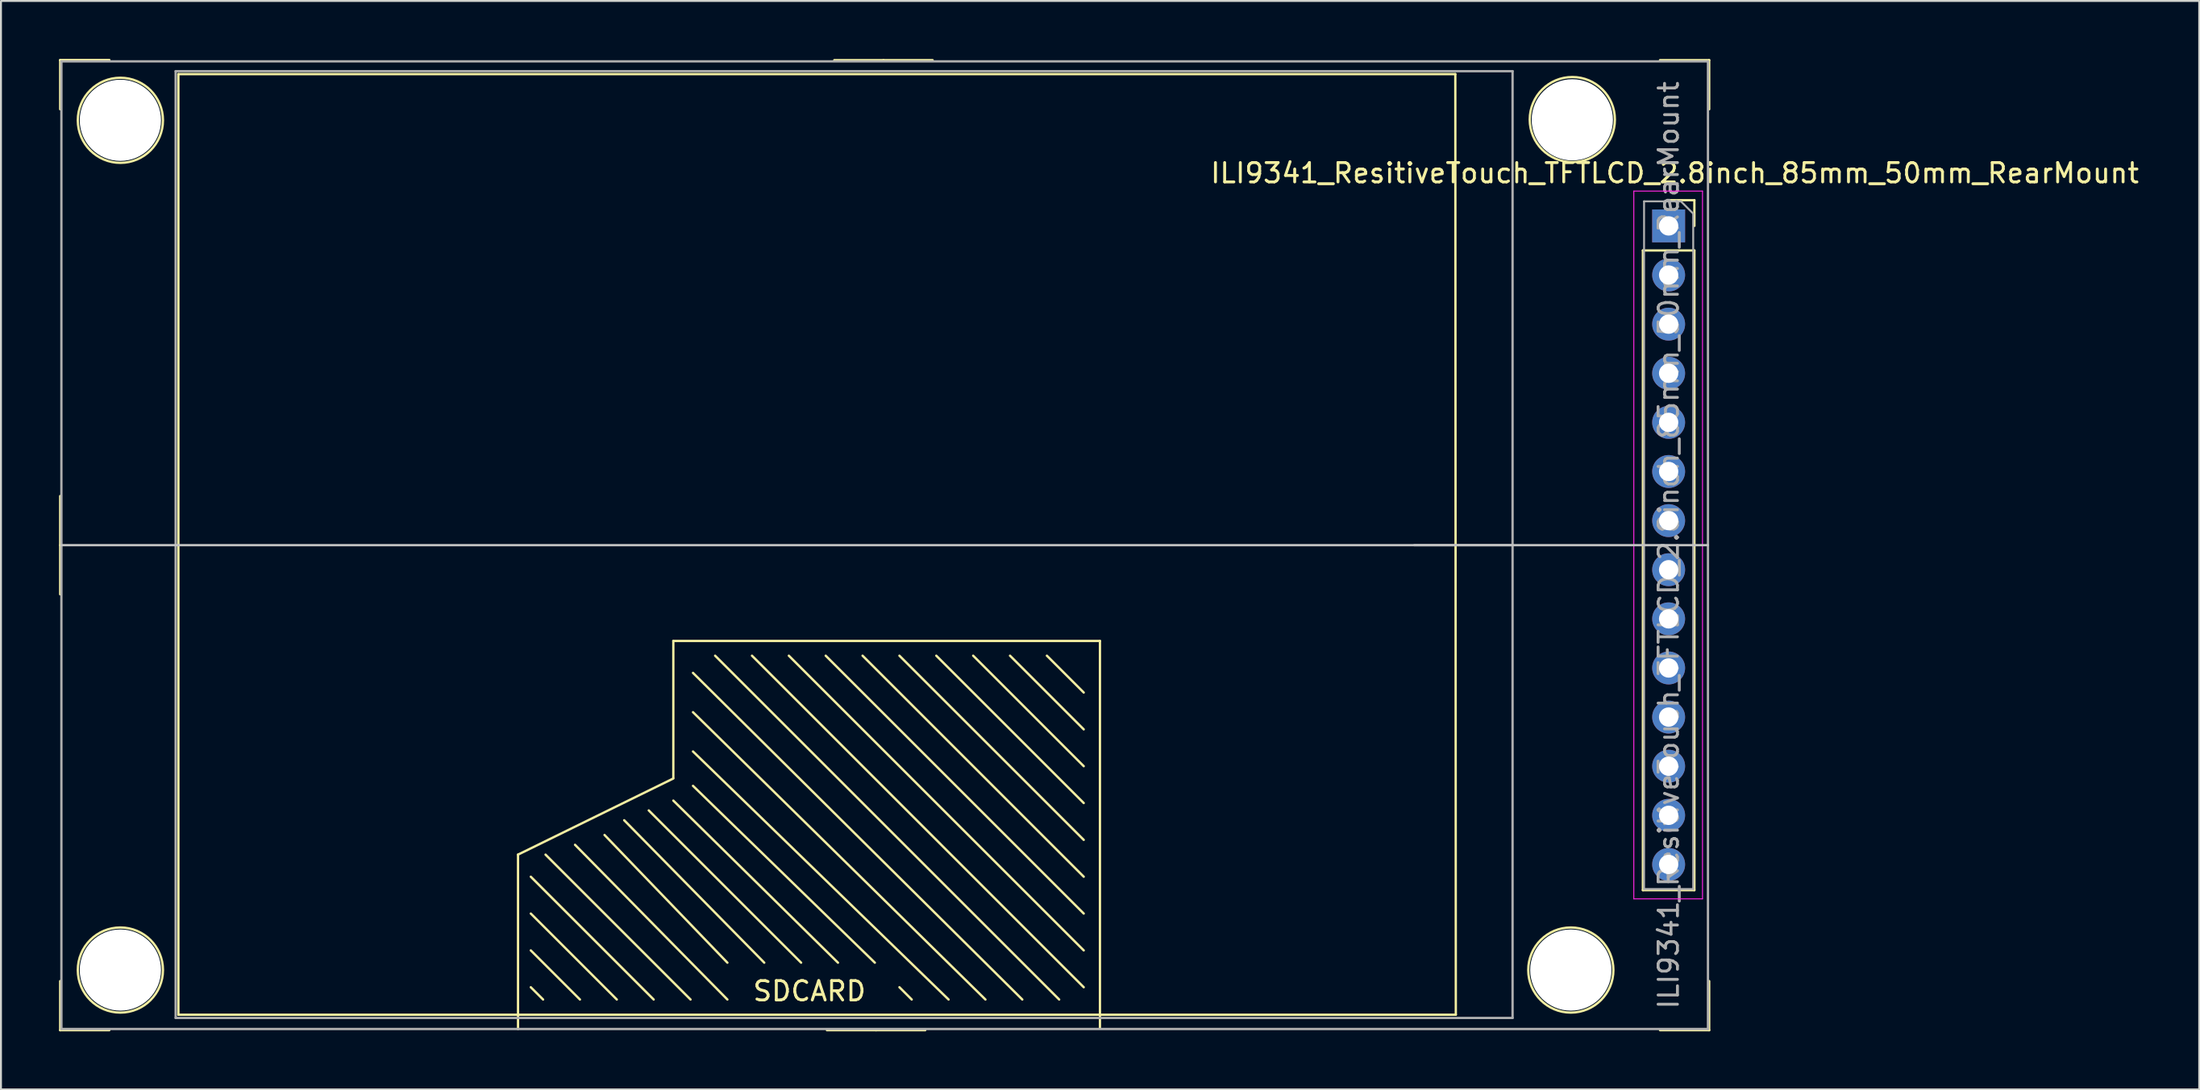
<source format=kicad_pcb>
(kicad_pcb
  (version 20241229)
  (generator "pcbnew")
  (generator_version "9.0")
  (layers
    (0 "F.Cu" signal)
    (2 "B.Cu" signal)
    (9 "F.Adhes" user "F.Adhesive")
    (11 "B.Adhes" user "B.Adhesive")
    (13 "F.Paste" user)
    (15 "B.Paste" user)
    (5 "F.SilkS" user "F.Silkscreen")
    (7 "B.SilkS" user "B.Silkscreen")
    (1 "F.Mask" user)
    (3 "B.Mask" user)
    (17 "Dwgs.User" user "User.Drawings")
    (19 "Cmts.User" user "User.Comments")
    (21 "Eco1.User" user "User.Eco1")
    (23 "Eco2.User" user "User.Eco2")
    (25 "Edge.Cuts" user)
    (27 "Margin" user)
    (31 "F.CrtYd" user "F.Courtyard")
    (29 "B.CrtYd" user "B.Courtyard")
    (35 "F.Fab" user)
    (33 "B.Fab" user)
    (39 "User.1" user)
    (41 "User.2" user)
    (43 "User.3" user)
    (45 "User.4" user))
  (footprint "ILI9341_ResitiveTouch_TFTLCD_2.8inch_85mm_50mm_RearMount"
    (layer "F.Cu")
    (at 83.181 25.142)
    (property "Reference" "ILI9341_ResitiveTouch_TFTLCD_2.8inch_85mm_50mm_RearMount" (at 0.318 -19.241 0) (layer "F.SilkS") (effects (font (size 1 1) (thickness 0.15))))
    (attr through_hole)
    (fp_line (start -83.121 -25.082) (end -83.121 -22.543) (stroke (width 0.12) (type solid)) (layer "F.SilkS"))
    (fp_line (start -83.121 -25.082) (end -80.582 -25.082) (stroke (width 0.12) (type solid)) (layer "F.SilkS"))
    (fp_line (start -83.121 0) (end -83.121 -2.54) (stroke (width 0.12) (type solid)) (layer "F.SilkS"))
    (fp_line (start -83.121 0) (end -83.121 2.54) (stroke (width 0.12) (type solid)) (layer "F.SilkS"))
    (fp_line (start -83.121 25.082) (end -83.121 22.543) (stroke (width 0.12) (type solid)) (layer "F.SilkS"))
    (fp_line (start -83.121 25.082) (end -80.582 25.082) (stroke (width 0.12) (type solid)) (layer "F.SilkS"))
    (fp_line (start -80.582 -25.082) (end -83.121 -25.082) (stroke (width 0.12) (type solid)) (layer "F.SilkS"))
    (fp_line (start -77.013 -24.359) (end -77.013 24.282) (stroke (width 0.12) (type solid)) (layer "F.SilkS"))
    (fp_line (start -77.013 24.282) (end -10.998 24.282) (stroke (width 0.12) (type solid)) (layer "F.SilkS"))
    (fp_line (start -59.461 16.002) (end -59.461 25.019) (stroke (width 0.12) (type solid)) (layer "F.SilkS"))
    (fp_line (start -58.166 23.495) (end -58.801 22.86) (stroke (width 0.12) (type solid)) (layer "F.SilkS"))
    (fp_line (start -56.261 23.495) (end -58.801 20.955) (stroke (width 0.12) (type solid)) (layer "F.SilkS"))
    (fp_line (start -54.356 23.495) (end -58.801 19.05) (stroke (width 0.12) (type solid)) (layer "F.SilkS"))
    (fp_line (start -53.975 14.224) (end -46.736 21.59) (stroke (width 0.12) (type solid)) (layer "F.SilkS"))
    (fp_line (start -52.705 13.716) (end -44.831 21.59) (stroke (width 0.12) (type solid)) (layer "F.SilkS"))
    (fp_line (start -52.451 23.495) (end -58.801 17.145) (stroke (width 0.12) (type solid)) (layer "F.SilkS"))
    (fp_line (start -51.435 4.953) (end -51.435 12.04) (stroke (width 0.12) (type solid)) (layer "F.SilkS"))
    (fp_line (start -51.435 12.065) (end -59.461 16.002) (stroke (width 0.12) (type solid)) (layer "F.SilkS"))
    (fp_line (start -51.435 13.208) (end -42.926 21.59) (stroke (width 0.12) (type solid)) (layer "F.SilkS"))
    (fp_line (start -50.546 23.495) (end -58.039 16.002) (stroke (width 0.12) (type solid)) (layer "F.SilkS"))
    (fp_line (start -50.419 6.604) (end -33.401 23.495) (stroke (width 0.12) (type solid)) (layer "F.SilkS"))
    (fp_line (start -50.419 8.636) (end -35.306 23.495) (stroke (width 0.12) (type solid)) (layer "F.SilkS"))
    (fp_line (start -50.419 10.668) (end -37.211 23.495) (stroke (width 0.12) (type solid)) (layer "F.SilkS"))
    (fp_line (start -50.419 12.446) (end -41.021 21.59) (stroke (width 0.12) (type solid)) (layer "F.SilkS"))
    (fp_line (start -49.276 5.715) (end -31.496 23.495) (stroke (width 0.12) (type solid)) (layer "F.SilkS"))
    (fp_line (start -48.641 21.59) (end -54.991 14.986) (stroke (width 0.12) (type solid)) (layer "F.SilkS"))
    (fp_line (start -48.641 23.495) (end -56.515 15.494) (stroke (width 0.12) (type solid)) (layer "F.SilkS"))
    (fp_line (start -47.371 5.715) (end -30.226 22.86) (stroke (width 0.12) (type solid)) (layer "F.SilkS"))
    (fp_line (start -45.466 5.715) (end -30.226 20.955) (stroke (width 0.12) (type solid)) (layer "F.SilkS"))
    (fp_line (start -43.561 5.715) (end -30.226 19.05) (stroke (width 0.12) (type solid)) (layer "F.SilkS"))
    (fp_line (start -41.656 5.715) (end -30.226 17.145) (stroke (width 0.12) (type solid)) (layer "F.SilkS"))
    (fp_line (start -40.958 25.082) (end -43.498 25.082) (stroke (width 0.12) (type solid)) (layer "F.SilkS"))
    (fp_line (start -40.958 25.082) (end -38.417 25.082) (stroke (width 0.12) (type solid)) (layer "F.SilkS"))
    (fp_line (start -40.577 -25.082) (end -43.117 -25.082) (stroke (width 0.12) (type solid)) (layer "F.SilkS"))
    (fp_line (start -39.751 5.715) (end -30.226 15.24) (stroke (width 0.12) (type solid)) (layer "F.SilkS"))
    (fp_line (start -39.116 23.495) (end -39.751 22.86) (stroke (width 0.12) (type solid)) (layer "F.SilkS"))
    (fp_line (start -38.036 -25.082) (end -40.577 -25.082) (stroke (width 0.12) (type solid)) (layer "F.SilkS"))
    (fp_line (start -37.846 5.715) (end -30.226 13.335) (stroke (width 0.12) (type solid)) (layer "F.SilkS"))
    (fp_line (start -35.941 5.715) (end -30.226 11.43) (stroke (width 0.12) (type solid)) (layer "F.SilkS"))
    (fp_line (start -34.036 5.715) (end -30.226 9.525) (stroke (width 0.12) (type solid)) (layer "F.SilkS"))
    (fp_line (start -32.131 5.715) (end -30.226 7.62) (stroke (width 0.12) (type solid)) (layer "F.SilkS"))
    (fp_line (start -29.388 4.953) (end -51.435 4.953) (stroke (width 0.12) (type solid)) (layer "F.SilkS"))
    (fp_line (start -29.388 24.968) (end -29.388 4.953) (stroke (width 0.12) (type solid)) (layer "F.SilkS"))
    (fp_line (start -11.024 -24.359) (end -77.013 -24.359) (stroke (width 0.12) (type solid)) (layer "F.SilkS"))
    (fp_line (start -11.024 -24.359) (end -10.998 24.282) (stroke (width 0.12) (type solid)) (layer "F.SilkS"))
    (fp_line (start -1.33 -15.24) (end -1.33 17.84) (stroke (width 0.12) (type solid)) (layer "F.SilkS"))
    (fp_line (start -1.33 -15.24) (end 1.33 -15.24) (stroke (width 0.12) (type solid)) (layer "F.SilkS"))
    (fp_line (start -1.33 17.84) (end 1.33 17.84) (stroke (width 0.12) (type solid)) (layer "F.SilkS"))
    (fp_line (start 0 -17.84) (end 1.33 -17.84) (stroke (width 0.12) (type solid)) (layer "F.SilkS"))
    (fp_line (start 1.33 -17.84) (end 1.33 -16.51) (stroke (width 0.12) (type solid)) (layer "F.SilkS"))
    (fp_line (start 1.33 -15.24) (end 1.33 17.84) (stroke (width 0.12) (type solid)) (layer "F.SilkS"))
    (fp_line (start 2.095 -25.082) (end -0.445 -25.082) (stroke (width 0.12) (type solid)) (layer "F.SilkS"))
    (fp_line (start 2.095 -25.082) (end 2.095 -22.543) (stroke (width 0.12) (type solid)) (layer "F.SilkS"))
    (fp_line (start 2.095 25.082) (end -0.445 25.082) (stroke (width 0.12) (type solid)) (layer "F.SilkS"))
    (fp_line (start 2.095 25.082) (end 2.095 22.543) (stroke (width 0.12) (type solid)) (layer "F.SilkS"))
    (fp_circle (center -80.01 -21.971) (end -77.81 -21.971) (stroke (width 0.12) (type solid)) (fill no) (layer "F.SilkS"))
    (fp_circle (center -80.01 21.971) (end -77.81 21.971) (stroke (width 0.12) (type solid)) (fill no) (layer "F.SilkS"))
    (fp_circle (center -5.055 21.971) (end -2.855 21.971) (stroke (width 0.12) (type solid)) (fill no) (layer "F.SilkS"))
    (fp_circle (center -4.978 -22.009) (end -2.778 -22.009) (stroke (width 0.12) (type solid)) (fill no) (layer "F.SilkS"))
    (fp_line (start 2.032 0) (end -83.058 0) (stroke (width 0.12) (type solid)) (layer "Dwgs.User"))
    (fp_line (start -1.8 -18.31) (end 1.75 -18.31) (stroke (width 0.05) (type solid)) (layer "F.CrtYd"))
    (fp_line (start -1.8 18.29) (end -1.8 -18.31) (stroke (width 0.05) (type solid)) (layer "F.CrtYd"))
    (fp_line (start 1.75 -18.31) (end 1.75 18.29) (stroke (width 0.05) (type solid)) (layer "F.CrtYd"))
    (fp_line (start 1.75 18.29) (end -1.8 18.29) (stroke (width 0.05) (type solid)) (layer "F.CrtYd"))
    (fp_line (start -83.058 -25.019) (end 2.032 -25.019) (stroke (width 0.12) (type solid)) (layer "F.Fab"))
    (fp_line (start -83.058 25.019) (end -83.058 -25.019) (stroke (width 0.12) (type solid)) (layer "F.Fab"))
    (fp_line (start -77.153 -24.511) (end -8.065 -24.511) (stroke (width 0.12) (type solid)) (layer "F.Fab"))
    (fp_line (start -77.153 24.448) (end -77.153 -24.511) (stroke (width 0.12) (type solid)) (layer "F.Fab"))
    (fp_line (start -8.065 -24.511) (end -8.065 24.448) (stroke (width 0.12) (type solid)) (layer "F.Fab"))
    (fp_line (start -8.065 0) (end -13.145 0) (stroke (width 0.12) (type solid)) (layer "F.Fab"))
    (fp_line (start -8.065 24.448) (end -77.153 24.448) (stroke (width 0.12) (type solid)) (layer "F.Fab"))
    (fp_line (start -1.27 -17.78) (end 0.635 -17.78) (stroke (width 0.1) (type solid)) (layer "F.Fab"))
    (fp_line (start -1.27 17.78) (end -1.27 -17.78) (stroke (width 0.1) (type solid)) (layer "F.Fab"))
    (fp_line (start 0.635 -17.78) (end 1.27 -17.145) (stroke (width 0.1) (type solid)) (layer "F.Fab"))
    (fp_line (start 1.27 -17.145) (end 1.27 17.78) (stroke (width 0.1) (type solid)) (layer "F.Fab"))
    (fp_line (start 1.27 17.78) (end -1.27 17.78) (stroke (width 0.1) (type solid)) (layer "F.Fab"))
    (fp_line (start 2.032 -25.019) (end 2.032 25.019) (stroke (width 0.12) (type solid)) (layer "F.Fab"))
    (fp_line (start 2.032 25.019) (end -83.058 25.019) (stroke (width 0.12) (type solid)) (layer "F.Fab"))
    (fp_text user "SDCARD" (at -44.399 23.063 0) (layer "F.SilkS") (effects (font (size 1 1) (thickness 0.15))))
    (fp_text user "${REFERENCE}" (at 0 0 90) (layer "F.Fab") (effects (font (size 1 1) (thickness 0.15))))
    (pad "" np_thru_hole circle (at -80.01 -21.971) (size 4.2 4.2) (drill 4.2) (layers "*.Cu" "*.Mask"))
    (pad "" np_thru_hole circle (at -80.01 21.971) (size 4.2 4.2) (drill 4.2) (layers "*.Cu" "*.Mask"))
    (pad "" np_thru_hole circle (at -5.055 21.971) (size 4.2 4.2) (drill 4.2) (layers "*.Cu" "*.Mask"))
    (pad "" np_thru_hole circle (at -4.978 -21.996) (size 4.2 4.2) (drill 4.2) (layers "*.Cu" "*.Mask"))
    (pad "1" thru_hole rect (at 0 -16.51) (size 1.7 1.7) (drill 1) (layers "*.Cu" "*.Mask"))
    (pad "2" thru_hole oval (at 0 -13.97) (size 1.7 1.7) (drill 1) (layers "*.Cu" "*.Mask"))
    (pad "3" thru_hole oval (at 0 -11.43) (size 1.7 1.7) (drill 1) (layers "*.Cu" "*.Mask"))
    (pad "4" thru_hole oval (at 0 -8.89) (size 1.7 1.7) (drill 1) (layers "*.Cu" "*.Mask"))
    (pad "5" thru_hole oval (at 0 -6.35) (size 1.7 1.7) (drill 1) (layers "*.Cu" "*.Mask"))
    (pad "6" thru_hole oval (at 0 -3.81) (size 1.7 1.7) (drill 1) (layers "*.Cu" "*.Mask"))
    (pad "7" thru_hole oval (at 0 -1.27) (size 1.7 1.7) (drill 1) (layers "*.Cu" "*.Mask"))
    (pad "8" thru_hole oval (at 0 1.27) (size 1.7 1.7) (drill 1) (layers "*.Cu" "*.Mask"))
    (pad "9" thru_hole oval (at 0 3.81) (size 1.7 1.7) (drill 1) (layers "*.Cu" "*.Mask"))
    (pad "10" thru_hole oval (at 0 6.35) (size 1.7 1.7) (drill 1) (layers "*.Cu" "*.Mask"))
    (pad "11" thru_hole oval (at 0 8.89) (size 1.7 1.7) (drill 1) (layers "*.Cu" "*.Mask"))
    (pad "12" thru_hole oval (at 0 11.43) (size 1.7 1.7) (drill 1) (layers "*.Cu" "*.Mask"))
    (pad "13" thru_hole oval (at 0 13.97) (size 1.7 1.7) (drill 1) (layers "*.Cu" "*.Mask"))
    (pad "14" thru_hole oval (at 0 16.51) (size 1.7 1.7) (drill 1) (layers "*.Cu" "*.Mask")))
  (gr_rect
    (start -3 -3)
    (end 110.6 53.285)
    (stroke (width 0.1) (type default))
    (fill no)
    (layer "Edge.Cuts")))
</source>
